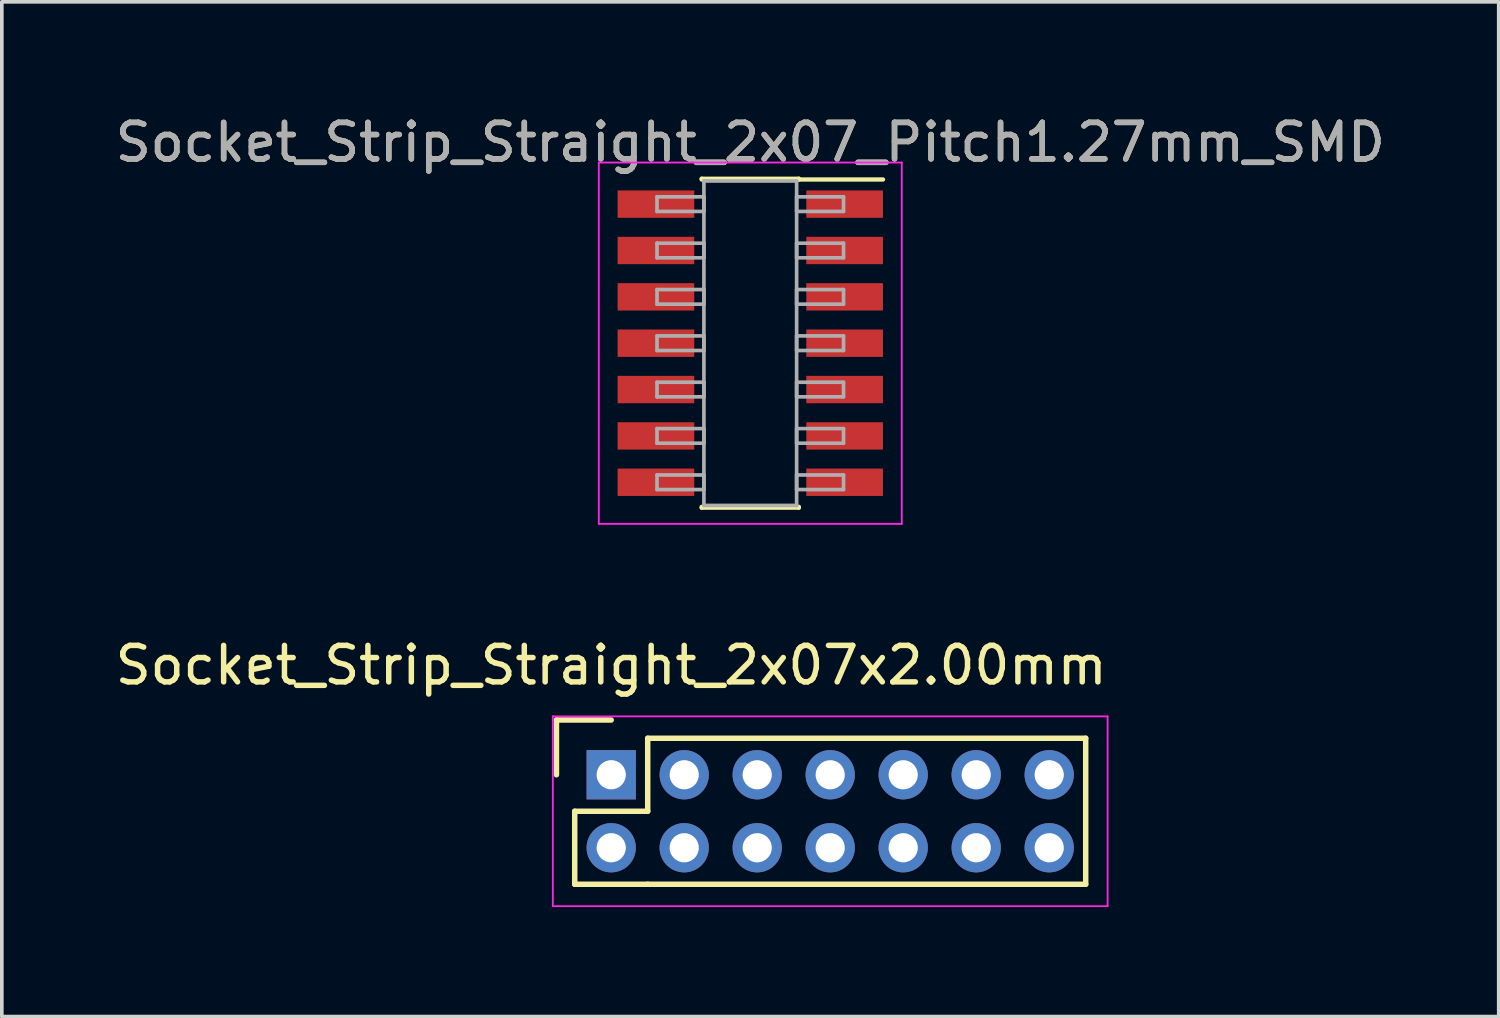
<source format=kicad_pcb>
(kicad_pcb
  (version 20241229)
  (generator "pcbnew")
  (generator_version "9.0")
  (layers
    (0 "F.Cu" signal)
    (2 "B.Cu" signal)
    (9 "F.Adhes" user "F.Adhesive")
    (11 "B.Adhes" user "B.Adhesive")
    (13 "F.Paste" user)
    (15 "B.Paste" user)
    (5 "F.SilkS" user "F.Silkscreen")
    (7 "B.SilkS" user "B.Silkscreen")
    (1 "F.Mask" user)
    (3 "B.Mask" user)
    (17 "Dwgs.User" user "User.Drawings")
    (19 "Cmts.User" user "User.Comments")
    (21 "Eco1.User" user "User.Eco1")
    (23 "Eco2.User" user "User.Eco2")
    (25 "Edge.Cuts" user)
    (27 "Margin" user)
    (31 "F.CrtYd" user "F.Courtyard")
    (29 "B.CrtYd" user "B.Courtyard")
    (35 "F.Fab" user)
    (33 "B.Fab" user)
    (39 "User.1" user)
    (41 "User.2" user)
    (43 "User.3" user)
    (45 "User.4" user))
  (footprint "Socket_Strip_Straight_2x07x2.00mm"
    (layer "F.Cu")
    (at 13.696 18.177)
    (property "Reference" "Socket_Strip_Straight_2x07x2.00mm" (at 0 -3 0) (layer "F.SilkS") (effects (font (size 1 1) (thickness 0.15))))
    (attr through_hole)
    (fp_line (start -1.5 -1.5) (end -1.5 0) (stroke (width 0.15) (type solid)) (layer "F.SilkS"))
    (fp_line (start -1 1) (end -1 3) (stroke (width 0.15) (type solid)) (layer "F.SilkS"))
    (fp_line (start -1 3) (end 1 3) (stroke (width 0.15) (type solid)) (layer "F.SilkS"))
    (fp_line (start 0 -1.5) (end -1.5 -1.5) (stroke (width 0.15) (type solid)) (layer "F.SilkS"))
    (fp_line (start 1 -1) (end 1 1) (stroke (width 0.15) (type solid)) (layer "F.SilkS"))
    (fp_line (start 1 1) (end -1 1) (stroke (width 0.15) (type solid)) (layer "F.SilkS"))
    (fp_line (start 1 3) (end 13 3) (stroke (width 0.15) (type solid)) (layer "F.SilkS"))
    (fp_line (start 13 -1) (end 1 -1) (stroke (width 0.15) (type solid)) (layer "F.SilkS"))
    (fp_line (start 13 3) (end 13 -1) (stroke (width 0.15) (type solid)) (layer "F.SilkS"))
    (fp_line (start -1.6 -1.6) (end -1.6 3.6) (stroke (width 0.05) (type solid)) (layer "F.CrtYd"))
    (fp_line (start -1.6 3.6) (end 13.6 3.6) (stroke (width 0.05) (type solid)) (layer "F.CrtYd"))
    (fp_line (start 13.6 -1.6) (end -1.6 -1.6) (stroke (width 0.05) (type solid)) (layer "F.CrtYd"))
    (fp_line (start 13.6 3.6) (end 13.6 -1.6) (stroke (width 0.05) (type solid)) (layer "F.CrtYd"))
    (pad "1" thru_hole rect (at 0 0) (size 1.35 1.35) (drill 0.8) (layers "*.Cu" "*.Mask"))
    (pad "2" thru_hole circle (at 0 2) (size 1.35 1.35) (drill 0.8) (layers "*.Cu" "*.Mask"))
    (pad "3" thru_hole circle (at 2 0) (size 1.35 1.35) (drill 0.8) (layers "*.Cu" "*.Mask"))
    (pad "4" thru_hole circle (at 2 2) (size 1.35 1.35) (drill 0.8) (layers "*.Cu" "*.Mask"))
    (pad "5" thru_hole circle (at 4 0) (size 1.35 1.35) (drill 0.8) (layers "*.Cu" "*.Mask"))
    (pad "6" thru_hole circle (at 4 2) (size 1.35 1.35) (drill 0.8) (layers "*.Cu" "*.Mask"))
    (pad "7" thru_hole circle (at 6 0) (size 1.35 1.35) (drill 0.8) (layers "*.Cu" "*.Mask"))
    (pad "8" thru_hole circle (at 6 2) (size 1.35 1.35) (drill 0.8) (layers "*.Cu" "*.Mask"))
    (pad "9" thru_hole circle (at 8 0) (size 1.35 1.35) (drill 0.8) (layers "*.Cu" "*.Mask"))
    (pad "10" thru_hole circle (at 8 2) (size 1.35 1.35) (drill 0.8) (layers "*.Cu" "*.Mask"))
    (pad "11" thru_hole circle (at 10 0) (size 1.35 1.35) (drill 0.8) (layers "*.Cu" "*.Mask"))
    (pad "12" thru_hole circle (at 10 2) (size 1.35 1.35) (drill 0.8) (layers "*.Cu" "*.Mask"))
    (pad "13" thru_hole circle (at 12 0) (size 1.35 1.35) (drill 0.8) (layers "*.Cu" "*.Mask"))
    (pad "14" thru_hole circle (at 12 2) (size 1.35 1.35) (drill 0.8) (layers "*.Cu" "*.Mask")))
  (footprint "Socket_Strip_Straight_2x07_Pitch1.27mm_SMD"
    (layer "F.Cu")
    (at 17.506 6.353)
    (property "Reference" "Socket_Strip_Straight_2x07_Pitch1.27mm_SMD" (at 0 -5.505 0) (layer "F.SilkS") (effects (font (size 1 1) (thickness 0.15))))
    (attr smd)
    (fp_line (start -1.33 -4.505) (end 1.33 -4.505) (stroke (width 0.12) (type solid)) (layer "F.SilkS"))
    (fp_line (start -1.33 -4.485) (end -1.33 -4.505) (stroke (width 0.12) (type solid)) (layer "F.SilkS"))
    (fp_line (start -1.33 4.485) (end -1.33 4.505) (stroke (width 0.12) (type solid)) (layer "F.SilkS"))
    (fp_line (start -1.33 4.505) (end 1.33 4.505) (stroke (width 0.12) (type solid)) (layer "F.SilkS"))
    (fp_line (start 1.33 -4.505) (end 1.33 -4.485) (stroke (width 0.12) (type solid)) (layer "F.SilkS"))
    (fp_line (start 1.33 4.505) (end 1.33 4.485) (stroke (width 0.12) (type solid)) (layer "F.SilkS"))
    (fp_line (start 3.635 -4.485) (end 1.33 -4.485) (stroke (width 0.12) (type solid)) (layer "F.SilkS"))
    (fp_line (start -4.15 -4.95) (end -4.15 4.95) (stroke (width 0.05) (type solid)) (layer "F.CrtYd"))
    (fp_line (start -4.15 4.95) (end 4.15 4.95) (stroke (width 0.05) (type solid)) (layer "F.CrtYd"))
    (fp_line (start 4.15 -4.95) (end -4.15 -4.95) (stroke (width 0.05) (type solid)) (layer "F.CrtYd"))
    (fp_line (start 4.15 4.95) (end 4.15 -4.95) (stroke (width 0.05) (type solid)) (layer "F.CrtYd"))
    (fp_line (start -2.555 -4.01) (end -1.27 -4.01) (stroke (width 0.1) (type solid)) (layer "F.Fab"))
    (fp_line (start -2.555 -3.61) (end -2.555 -4.01) (stroke (width 0.1) (type solid)) (layer "F.Fab"))
    (fp_line (start -2.555 -2.74) (end -1.27 -2.74) (stroke (width 0.1) (type solid)) (layer "F.Fab"))
    (fp_line (start -2.555 -2.34) (end -2.555 -2.74) (stroke (width 0.1) (type solid)) (layer "F.Fab"))
    (fp_line (start -2.555 -1.47) (end -1.27 -1.47) (stroke (width 0.1) (type solid)) (layer "F.Fab"))
    (fp_line (start -2.555 -1.07) (end -2.555 -1.47) (stroke (width 0.1) (type solid)) (layer "F.Fab"))
    (fp_line (start -2.555 -0.2) (end -1.27 -0.2) (stroke (width 0.1) (type solid)) (layer "F.Fab"))
    (fp_line (start -2.555 0.2) (end -2.555 -0.2) (stroke (width 0.1) (type solid)) (layer "F.Fab"))
    (fp_line (start -2.555 1.07) (end -1.27 1.07) (stroke (width 0.1) (type solid)) (layer "F.Fab"))
    (fp_line (start -2.555 1.47) (end -2.555 1.07) (stroke (width 0.1) (type solid)) (layer "F.Fab"))
    (fp_line (start -2.555 2.34) (end -1.27 2.34) (stroke (width 0.1) (type solid)) (layer "F.Fab"))
    (fp_line (start -2.555 2.74) (end -2.555 2.34) (stroke (width 0.1) (type solid)) (layer "F.Fab"))
    (fp_line (start -2.555 3.61) (end -1.27 3.61) (stroke (width 0.1) (type solid)) (layer "F.Fab"))
    (fp_line (start -2.555 4.01) (end -2.555 3.61) (stroke (width 0.1) (type solid)) (layer "F.Fab"))
    (fp_line (start -1.27 -4.445) (end -1.27 4.445) (stroke (width 0.1) (type solid)) (layer "F.Fab"))
    (fp_line (start -1.27 -4.01) (end -1.27 -3.61) (stroke (width 0.1) (type solid)) (layer "F.Fab"))
    (fp_line (start -1.27 -3.61) (end -2.555 -3.61) (stroke (width 0.1) (type solid)) (layer "F.Fab"))
    (fp_line (start -1.27 -2.74) (end -1.27 -2.34) (stroke (width 0.1) (type solid)) (layer "F.Fab"))
    (fp_line (start -1.27 -2.34) (end -2.555 -2.34) (stroke (width 0.1) (type solid)) (layer "F.Fab"))
    (fp_line (start -1.27 -1.47) (end -1.27 -1.07) (stroke (width 0.1) (type solid)) (layer "F.Fab"))
    (fp_line (start -1.27 -1.07) (end -2.555 -1.07) (stroke (width 0.1) (type solid)) (layer "F.Fab"))
    (fp_line (start -1.27 -0.2) (end -1.27 0.2) (stroke (width 0.1) (type solid)) (layer "F.Fab"))
    (fp_line (start -1.27 0.2) (end -2.555 0.2) (stroke (width 0.1) (type solid)) (layer "F.Fab"))
    (fp_line (start -1.27 1.07) (end -1.27 1.47) (stroke (width 0.1) (type solid)) (layer "F.Fab"))
    (fp_line (start -1.27 1.47) (end -2.555 1.47) (stroke (width 0.1) (type solid)) (layer "F.Fab"))
    (fp_line (start -1.27 2.34) (end -1.27 2.74) (stroke (width 0.1) (type solid)) (layer "F.Fab"))
    (fp_line (start -1.27 2.74) (end -2.555 2.74) (stroke (width 0.1) (type solid)) (layer "F.Fab"))
    (fp_line (start -1.27 3.61) (end -1.27 4.01) (stroke (width 0.1) (type solid)) (layer "F.Fab"))
    (fp_line (start -1.27 4.01) (end -2.555 4.01) (stroke (width 0.1) (type solid)) (layer "F.Fab"))
    (fp_line (start -1.27 4.445) (end 1.27 4.445) (stroke (width 0.1) (type solid)) (layer "F.Fab"))
    (fp_line (start 1.27 -4.445) (end -1.27 -4.445) (stroke (width 0.1) (type solid)) (layer "F.Fab"))
    (fp_line (start 1.27 -4.01) (end 1.27 -3.61) (stroke (width 0.1) (type solid)) (layer "F.Fab"))
    (fp_line (start 1.27 -3.61) (end 2.555 -3.61) (stroke (width 0.1) (type solid)) (layer "F.Fab"))
    (fp_line (start 1.27 -2.74) (end 1.27 -2.34) (stroke (width 0.1) (type solid)) (layer "F.Fab"))
    (fp_line (start 1.27 -2.34) (end 2.555 -2.34) (stroke (width 0.1) (type solid)) (layer "F.Fab"))
    (fp_line (start 1.27 -1.47) (end 1.27 -1.07) (stroke (width 0.1) (type solid)) (layer "F.Fab"))
    (fp_line (start 1.27 -1.07) (end 2.555 -1.07) (stroke (width 0.1) (type solid)) (layer "F.Fab"))
    (fp_line (start 1.27 -0.2) (end 1.27 0.2) (stroke (width 0.1) (type solid)) (layer "F.Fab"))
    (fp_line (start 1.27 0.2) (end 2.555 0.2) (stroke (width 0.1) (type solid)) (layer "F.Fab"))
    (fp_line (start 1.27 1.07) (end 1.27 1.47) (stroke (width 0.1) (type solid)) (layer "F.Fab"))
    (fp_line (start 1.27 1.47) (end 2.555 1.47) (stroke (width 0.1) (type solid)) (layer "F.Fab"))
    (fp_line (start 1.27 2.34) (end 1.27 2.74) (stroke (width 0.1) (type solid)) (layer "F.Fab"))
    (fp_line (start 1.27 2.74) (end 2.555 2.74) (stroke (width 0.1) (type solid)) (layer "F.Fab"))
    (fp_line (start 1.27 3.61) (end 1.27 4.01) (stroke (width 0.1) (type solid)) (layer "F.Fab"))
    (fp_line (start 1.27 4.01) (end 2.555 4.01) (stroke (width 0.1) (type solid)) (layer "F.Fab"))
    (fp_line (start 1.27 4.445) (end 1.27 -4.445) (stroke (width 0.1) (type solid)) (layer "F.Fab"))
    (fp_line (start 2.555 -4.01) (end 1.27 -4.01) (stroke (width 0.1) (type solid)) (layer "F.Fab"))
    (fp_line (start 2.555 -3.61) (end 2.555 -4.01) (stroke (width 0.1) (type solid)) (layer "F.Fab"))
    (fp_line (start 2.555 -2.74) (end 1.27 -2.74) (stroke (width 0.1) (type solid)) (layer "F.Fab"))
    (fp_line (start 2.555 -2.34) (end 2.555 -2.74) (stroke (width 0.1) (type solid)) (layer "F.Fab"))
    (fp_line (start 2.555 -1.47) (end 1.27 -1.47) (stroke (width 0.1) (type solid)) (layer "F.Fab"))
    (fp_line (start 2.555 -1.07) (end 2.555 -1.47) (stroke (width 0.1) (type solid)) (layer "F.Fab"))
    (fp_line (start 2.555 -0.2) (end 1.27 -0.2) (stroke (width 0.1) (type solid)) (layer "F.Fab"))
    (fp_line (start 2.555 0.2) (end 2.555 -0.2) (stroke (width 0.1) (type solid)) (layer "F.Fab"))
    (fp_line (start 2.555 1.07) (end 1.27 1.07) (stroke (width 0.1) (type solid)) (layer "F.Fab"))
    (fp_line (start 2.555 1.47) (end 2.555 1.07) (stroke (width 0.1) (type solid)) (layer "F.Fab"))
    (fp_line (start 2.555 2.34) (end 1.27 2.34) (stroke (width 0.1) (type solid)) (layer "F.Fab"))
    (fp_line (start 2.555 2.74) (end 2.555 2.34) (stroke (width 0.1) (type solid)) (layer "F.Fab"))
    (fp_line (start 2.555 3.61) (end 1.27 3.61) (stroke (width 0.1) (type solid)) (layer "F.Fab"))
    (fp_line (start 2.555 4.01) (end 2.555 3.61) (stroke (width 0.1) (type solid)) (layer "F.Fab"))
    (fp_text user "${REFERENCE}" (at 0 -5.505 0) (layer "F.Fab") (effects (font (size 1 1) (thickness 0.15))))
    (pad "1" smd rect (at 2.585 -3.81) (size 2.1 0.75) (layers "F.Cu" "F.Mask" "F.Paste"))
    (pad "2" smd rect (at -2.585 -3.81) (size 2.1 0.75) (layers "F.Cu" "F.Mask" "F.Paste"))
    (pad "3" smd rect (at 2.585 -2.54) (size 2.1 0.75) (layers "F.Cu" "F.Mask" "F.Paste"))
    (pad "4" smd rect (at -2.585 -2.54) (size 2.1 0.75) (layers "F.Cu" "F.Mask" "F.Paste"))
    (pad "5" smd rect (at 2.585 -1.27) (size 2.1 0.75) (layers "F.Cu" "F.Mask" "F.Paste"))
    (pad "6" smd rect (at -2.585 -1.27) (size 2.1 0.75) (layers "F.Cu" "F.Mask" "F.Paste"))
    (pad "7" smd rect (at 2.585 0) (size 2.1 0.75) (layers "F.Cu" "F.Mask" "F.Paste"))
    (pad "8" smd rect (at -2.585 0) (size 2.1 0.75) (layers "F.Cu" "F.Mask" "F.Paste"))
    (pad "9" smd rect (at 2.585 1.27) (size 2.1 0.75) (layers "F.Cu" "F.Mask" "F.Paste"))
    (pad "10" smd rect (at -2.585 1.27) (size 2.1 0.75) (layers "F.Cu" "F.Mask" "F.Paste"))
    (pad "11" smd rect (at 2.585 2.54) (size 2.1 0.75) (layers "F.Cu" "F.Mask" "F.Paste"))
    (pad "12" smd rect (at -2.585 2.54) (size 2.1 0.75) (layers "F.Cu" "F.Mask" "F.Paste"))
    (pad "13" smd rect (at 2.585 3.81) (size 2.1 0.75) (layers "F.Cu" "F.Mask" "F.Paste"))
    (pad "14" smd rect (at -2.585 3.81) (size 2.1 0.75) (layers "F.Cu" "F.Mask" "F.Paste")))
  (gr_rect
    (start -3 -3)
    (end 38.012 24.802)
    (stroke (width 0.1) (type default))
    (fill no)
    (layer "Edge.Cuts")))
</source>
